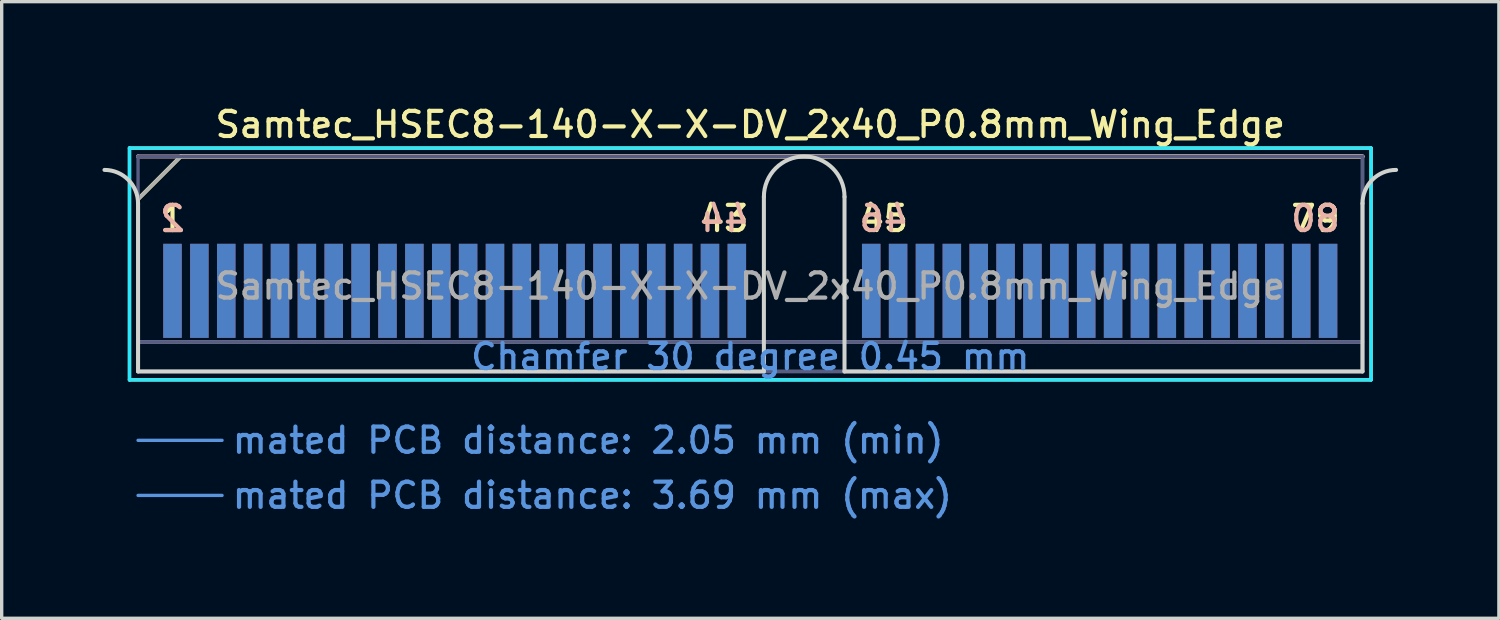
<source format=kicad_pcb>
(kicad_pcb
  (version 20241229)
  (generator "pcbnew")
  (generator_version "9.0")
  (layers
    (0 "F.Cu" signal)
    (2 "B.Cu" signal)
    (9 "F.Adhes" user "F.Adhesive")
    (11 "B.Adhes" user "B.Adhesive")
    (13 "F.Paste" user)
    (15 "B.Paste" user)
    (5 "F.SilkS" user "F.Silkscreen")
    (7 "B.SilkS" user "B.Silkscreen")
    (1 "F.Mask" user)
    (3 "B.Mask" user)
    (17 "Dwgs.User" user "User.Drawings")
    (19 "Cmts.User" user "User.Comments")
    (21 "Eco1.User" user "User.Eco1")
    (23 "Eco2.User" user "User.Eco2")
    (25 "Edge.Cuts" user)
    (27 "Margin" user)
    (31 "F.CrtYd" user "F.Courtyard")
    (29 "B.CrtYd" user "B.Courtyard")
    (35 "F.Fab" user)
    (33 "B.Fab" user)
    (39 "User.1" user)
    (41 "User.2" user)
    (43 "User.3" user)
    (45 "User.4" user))
  (footprint "Samtec_HSEC8-140-X-X-DV_2x40_P0.8mm_Wing_Edge"
    (layer "F.Cu")
    (at 19.285 8.008)
    (property "Reference" "Samtec_HSEC8-140-X-X-DV_2x40_P0.8mm_Wing_Edge" (at 0 -7.35 0) (layer "F.SilkS") (effects (font (size 0.75 0.75) (thickness 0.125))))
    (attr exclude_from_pos_files exclude_from_bom)
    (fp_line (start -18.48 -6.65) (end -18.48 0.25) (stroke (width 0.1) (type solid)) (layer "F.SilkS"))
    (fp_line (start -18.48 0.25) (end 18.48 0.25) (stroke (width 0.1) (type solid)) (layer "F.SilkS"))
    (fp_line (start -18.225 -5.13) (end -16.955 -6.4) (stroke (width 0.12) (type solid)) (layer "F.SilkS"))
    (fp_line (start -16.955 -6.4) (end 18.225 -6.4) (stroke (width 0.12) (type solid)) (layer "F.SilkS"))
    (fp_line (start 18.48 -6.65) (end -18.48 -6.65) (stroke (width 0.1) (type solid)) (layer "F.SilkS"))
    (fp_line (start 18.48 0.25) (end 18.48 -6.65) (stroke (width 0.1) (type solid)) (layer "F.SilkS"))
    (fp_line (start -18.225 -6.4) (end -18.225 -6.4) (stroke (width 0.12) (type solid)) (layer "B.SilkS"))
    (fp_line (start -18.225 -6.4) (end 18.225 -6.4) (stroke (width 0.12) (type solid)) (layer "B.SilkS"))
    (fp_line (start -18.225 2.05) (end -15.725 2.05) (stroke (width 0.1) (type solid)) (layer "Cmts.User"))
    (fp_line (start -18.225 3.69) (end -15.725 3.69) (stroke (width 0.1) (type solid)) (layer "Cmts.User"))
    (fp_line (start -18.225 -5) (end -18.225 0) (stroke (width 0.12) (type solid)) (layer "Edge.Cuts"))
    (fp_line (start -18.225 0) (end 0.405 0) (stroke (width 0.12) (type solid)) (layer "Edge.Cuts"))
    (fp_line (start 0.405 0) (end 0.405 -5.2) (stroke (width 0.12) (type solid)) (layer "Edge.Cuts"))
    (fp_line (start 2.805 -5.2) (end 2.805 0) (stroke (width 0.12) (type solid)) (layer "Edge.Cuts"))
    (fp_line (start 2.805 0) (end 18.225 0) (stroke (width 0.12) (type solid)) (layer "Edge.Cuts"))
    (fp_line (start 18.225 0) (end 18.225 -5) (stroke (width 0.12) (type solid)) (layer "Edge.Cuts"))
    (fp_arc (start -19.225 -6) (mid -18.517893 -5.707107) (end -18.225 -5) (stroke (width 0.12) (type solid)) (layer "Edge.Cuts"))
    (fp_arc (start 0.405 -5.2) (mid 1.605 -6.4) (end 2.805 -5.2) (stroke (width 0.12) (type solid)) (layer "Edge.Cuts"))
    (fp_arc (start 18.225 -5) (mid 18.517893 -5.707107) (end 19.225 -6) (stroke (width 0.12) (type solid)) (layer "Edge.Cuts"))
    (fp_line (start -18.48 -6.65) (end -18.48 0.25) (stroke (width 0.1) (type solid)) (layer "B.CrtYd"))
    (fp_line (start -18.48 0.25) (end 18.48 0.25) (stroke (width 0.1) (type solid)) (layer "B.CrtYd"))
    (fp_line (start 18.48 -6.65) (end -18.48 -6.65) (stroke (width 0.1) (type solid)) (layer "B.CrtYd"))
    (fp_line (start 18.48 0.25) (end 18.48 -6.65) (stroke (width 0.1) (type solid)) (layer "B.CrtYd"))
    (fp_line (start -18.225 -6.4) (end -18.225 -6.4) (stroke (width 0.1) (type solid)) (layer "B.Fab"))
    (fp_line (start -18.225 -6.4) (end -18.225 0) (stroke (width 0.1) (type solid)) (layer "B.Fab"))
    (fp_line (start -18.225 -6.4) (end 18.225 -6.4) (stroke (width 0.1) (type solid)) (layer "B.Fab"))
    (fp_line (start -18.225 -0.88) (end 18.225 -0.88) (stroke (width 0.1) (type solid)) (layer "B.Fab"))
    (fp_line (start -18.225 0) (end 18.225 0) (stroke (width 0.1) (type solid)) (layer "B.Fab"))
    (fp_line (start 18.225 -6.4) (end 18.225 0) (stroke (width 0.1) (type solid)) (layer "B.Fab"))
    (fp_line (start -18.225 -5.13) (end -18.225 0) (stroke (width 0.1) (type solid)) (layer "F.Fab"))
    (fp_line (start -18.225 -5.13) (end -16.955 -6.4) (stroke (width 0.1) (type solid)) (layer "F.Fab"))
    (fp_line (start -18.225 -0.88) (end 18.225 -0.88) (stroke (width 0.1) (type solid)) (layer "F.Fab"))
    (fp_line (start -18.225 0) (end 18.225 0) (stroke (width 0.1) (type solid)) (layer "F.Fab"))
    (fp_line (start -16.955 -6.4) (end 18.225 -6.4) (stroke (width 0.1) (type solid)) (layer "F.Fab"))
    (fp_line (start 18.225 -6.4) (end 18.225 0) (stroke (width 0.1) (type solid)) (layer "F.Fab"))
    (fp_text user "79" (at 16.825 -4.55 0) (layer "F.SilkS") (effects (font (size 0.75 0.75) (thickness 0.125))))
    (fp_text user "45" (at 3.975 -4.55 0) (layer "F.SilkS") (effects (font (size 0.75 0.75) (thickness 0.125))))
    (fp_text user "1" (at -17.2 -4.55 0) (layer "F.SilkS") (effects (font (size 0.75 0.75) (thickness 0.125))))
    (fp_text user "43" (at -0.775 -4.55 0) (layer "F.SilkS") (effects (font (size 0.75 0.75) (thickness 0.125))))
    (fp_text user "46" (at 3.975 -4.55 0) (layer "B.SilkS") (effects (font (size 0.75 0.75) (thickness 0.125)) (justify mirror)))
    (fp_text user "80" (at 16.825 -4.55 0) (layer "B.SilkS") (effects (font (size 0.75 0.75) (thickness 0.125)) (justify mirror)))
    (fp_text user "2" (at -17.2 -4.55 0) (layer "B.SilkS") (effects (font (size 0.75 0.75) (thickness 0.125)) (justify mirror)))
    (fp_text user "44" (at -0.775 -4.55 0) (layer "B.SilkS") (effects (font (size 0.75 0.75) (thickness 0.125)) (justify mirror)))
    (fp_text user "mated PCB distance: 3.69 mm (max)" (at -15.48 3.69 0) (layer "Cmts.User") (effects (font (size 0.75 0.75) (thickness 0.125)) (justify left)))
    (fp_text user "Chamfer 30 degree 0.45 mm" (at 0 -0.44 0) (layer "Cmts.User") (effects (font (size 0.75 0.75) (thickness 0.125))))
    (fp_text user "mated PCB distance: 2.05 mm (min)" (at -15.48 2.05 0) (layer "Cmts.User") (effects (font (size 0.75 0.75) (thickness 0.125)) (justify left)))
    (fp_text user "${REFERENCE}" (at 0 -2.54 0) (layer "F.Fab") (effects (font (size 0.75 0.75) (thickness 0.125))))
    (pad "1" connect rect (at -17.2 -2.4) (size 0.55 2.8) (layers "F.Cu" "F.Mask"))
    (pad "2" connect rect (at -17.2 -2.4) (size 0.55 2.8) (layers "B.Cu" "B.Mask"))
    (pad "3" connect rect (at -16.4 -2.4) (size 0.55 2.8) (layers "F.Cu" "F.Mask"))
    (pad "4" connect rect (at -16.4 -2.4) (size 0.55 2.8) (layers "B.Cu" "B.Mask"))
    (pad "5" connect rect (at -15.6 -2.4) (size 0.55 2.8) (layers "F.Cu" "F.Mask"))
    (pad "6" connect rect (at -15.6 -2.4) (size 0.55 2.8) (layers "B.Cu" "B.Mask"))
    (pad "7" connect rect (at -14.8 -2.4) (size 0.55 2.8) (layers "F.Cu" "F.Mask"))
    (pad "8" connect rect (at -14.8 -2.4) (size 0.55 2.8) (layers "B.Cu" "B.Mask"))
    (pad "9" connect rect (at -14 -2.4) (size 0.55 2.8) (layers "F.Cu" "F.Mask"))
    (pad "10" connect rect (at -14 -2.4) (size 0.55 2.8) (layers "B.Cu" "B.Mask"))
    (pad "11" connect rect (at -13.2 -2.4) (size 0.55 2.8) (layers "F.Cu" "F.Mask"))
    (pad "12" connect rect (at -13.2 -2.4) (size 0.55 2.8) (layers "B.Cu" "B.Mask"))
    (pad "13" connect rect (at -12.4 -2.4) (size 0.55 2.8) (layers "F.Cu" "F.Mask"))
    (pad "14" connect rect (at -12.4 -2.4) (size 0.55 2.8) (layers "B.Cu" "B.Mask"))
    (pad "15" connect rect (at -11.6 -2.4) (size 0.55 2.8) (layers "F.Cu" "F.Mask"))
    (pad "16" connect rect (at -11.6 -2.4) (size 0.55 2.8) (layers "B.Cu" "B.Mask"))
    (pad "17" connect rect (at -10.8 -2.4) (size 0.55 2.8) (layers "F.Cu" "F.Mask"))
    (pad "18" connect rect (at -10.8 -2.4) (size 0.55 2.8) (layers "B.Cu" "B.Mask"))
    (pad "19" connect rect (at -10 -2.4) (size 0.55 2.8) (layers "F.Cu" "F.Mask"))
    (pad "20" connect rect (at -10 -2.4) (size 0.55 2.8) (layers "B.Cu" "B.Mask"))
    (pad "21" connect rect (at -9.2 -2.4) (size 0.55 2.8) (layers "F.Cu" "F.Mask"))
    (pad "22" connect rect (at -9.2 -2.4) (size 0.55 2.8) (layers "B.Cu" "B.Mask"))
    (pad "23" connect rect (at -8.4 -2.4) (size 0.55 2.8) (layers "F.Cu" "F.Mask"))
    (pad "24" connect rect (at -8.4 -2.4) (size 0.55 2.8) (layers "B.Cu" "B.Mask"))
    (pad "25" connect rect (at -7.6 -2.4) (size 0.55 2.8) (layers "F.Cu" "F.Mask"))
    (pad "26" connect rect (at -7.6 -2.4) (size 0.55 2.8) (layers "B.Cu" "B.Mask"))
    (pad "27" connect rect (at -6.8 -2.4) (size 0.55 2.8) (layers "F.Cu" "F.Mask"))
    (pad "28" connect rect (at -6.8 -2.4) (size 0.55 2.8) (layers "B.Cu" "B.Mask"))
    (pad "29" connect rect (at -6 -2.4) (size 0.55 2.8) (layers "F.Cu" "F.Mask"))
    (pad "30" connect rect (at -6 -2.4) (size 0.55 2.8) (layers "B.Cu" "B.Mask"))
    (pad "31" connect rect (at -5.2 -2.4) (size 0.55 2.8) (layers "F.Cu" "F.Mask"))
    (pad "32" connect rect (at -5.2 -2.4) (size 0.55 2.8) (layers "B.Cu" "B.Mask"))
    (pad "33" connect rect (at -4.4 -2.4) (size 0.55 2.8) (layers "F.Cu" "F.Mask"))
    (pad "34" connect rect (at -4.4 -2.4) (size 0.55 2.8) (layers "B.Cu" "B.Mask"))
    (pad "35" connect rect (at -3.6 -2.4) (size 0.55 2.8) (layers "F.Cu" "F.Mask"))
    (pad "36" connect rect (at -3.6 -2.4) (size 0.55 2.8) (layers "B.Cu" "B.Mask"))
    (pad "37" connect rect (at -2.8 -2.4) (size 0.55 2.8) (layers "F.Cu" "F.Mask"))
    (pad "38" connect rect (at -2.8 -2.4) (size 0.55 2.8) (layers "B.Cu" "B.Mask"))
    (pad "39" connect rect (at -2 -2.4) (size 0.55 2.8) (layers "F.Cu" "F.Mask"))
    (pad "40" connect rect (at -2 -2.4) (size 0.55 2.8) (layers "B.Cu" "B.Mask"))
    (pad "41" connect rect (at -1.2 -2.4) (size 0.55 2.8) (layers "F.Cu" "F.Mask"))
    (pad "42" connect rect (at -1.2 -2.4) (size 0.55 2.8) (layers "B.Cu" "B.Mask"))
    (pad "43" connect rect (at -0.4 -2.4) (size 0.55 2.8) (layers "F.Cu" "F.Mask"))
    (pad "44" connect rect (at -0.4 -2.4) (size 0.55 2.8) (layers "B.Cu" "B.Mask"))
    (pad "45" connect rect (at 3.6 -2.4) (size 0.55 2.8) (layers "F.Cu" "F.Mask"))
    (pad "46" connect rect (at 3.6 -2.4) (size 0.55 2.8) (layers "B.Cu" "B.Mask"))
    (pad "47" connect rect (at 4.4 -2.4) (size 0.55 2.8) (layers "F.Cu" "F.Mask"))
    (pad "48" connect rect (at 4.4 -2.4) (size 0.55 2.8) (layers "B.Cu" "B.Mask"))
    (pad "49" connect rect (at 5.2 -2.4) (size 0.55 2.8) (layers "F.Cu" "F.Mask"))
    (pad "50" connect rect (at 5.2 -2.4) (size 0.55 2.8) (layers "B.Cu" "B.Mask"))
    (pad "51" connect rect (at 6 -2.4) (size 0.55 2.8) (layers "F.Cu" "F.Mask"))
    (pad "52" connect rect (at 6 -2.4) (size 0.55 2.8) (layers "B.Cu" "B.Mask"))
    (pad "53" connect rect (at 6.8 -2.4) (size 0.55 2.8) (layers "F.Cu" "F.Mask"))
    (pad "54" connect rect (at 6.8 -2.4) (size 0.55 2.8) (layers "B.Cu" "B.Mask"))
    (pad "55" connect rect (at 7.6 -2.4) (size 0.55 2.8) (layers "F.Cu" "F.Mask"))
    (pad "56" connect rect (at 7.6 -2.4) (size 0.55 2.8) (layers "B.Cu" "B.Mask"))
    (pad "57" connect rect (at 8.4 -2.4) (size 0.55 2.8) (layers "F.Cu" "F.Mask"))
    (pad "58" connect rect (at 8.4 -2.4) (size 0.55 2.8) (layers "B.Cu" "B.Mask"))
    (pad "59" connect rect (at 9.2 -2.4) (size 0.55 2.8) (layers "F.Cu" "F.Mask"))
    (pad "60" connect rect (at 9.2 -2.4) (size 0.55 2.8) (layers "B.Cu" "B.Mask"))
    (pad "61" connect rect (at 10 -2.4) (size 0.55 2.8) (layers "F.Cu" "F.Mask"))
    (pad "62" connect rect (at 10 -2.4) (size 0.55 2.8) (layers "B.Cu" "B.Mask"))
    (pad "63" connect rect (at 10.8 -2.4) (size 0.55 2.8) (layers "F.Cu" "F.Mask"))
    (pad "64" connect rect (at 10.8 -2.4) (size 0.55 2.8) (layers "B.Cu" "B.Mask"))
    (pad "65" connect rect (at 11.6 -2.4) (size 0.55 2.8) (layers "F.Cu" "F.Mask"))
    (pad "66" connect rect (at 11.6 -2.4) (size 0.55 2.8) (layers "B.Cu" "B.Mask"))
    (pad "67" connect rect (at 12.4 -2.4) (size 0.55 2.8) (layers "F.Cu" "F.Mask"))
    (pad "68" connect rect (at 12.4 -2.4) (size 0.55 2.8) (layers "B.Cu" "B.Mask"))
    (pad "69" connect rect (at 13.2 -2.4) (size 0.55 2.8) (layers "F.Cu" "F.Mask"))
    (pad "70" connect rect (at 13.2 -2.4) (size 0.55 2.8) (layers "B.Cu" "B.Mask"))
    (pad "71" connect rect (at 14 -2.4) (size 0.55 2.8) (layers "F.Cu" "F.Mask"))
    (pad "72" connect rect (at 14 -2.4) (size 0.55 2.8) (layers "B.Cu" "B.Mask"))
    (pad "73" connect rect (at 14.8 -2.4) (size 0.55 2.8) (layers "F.Cu" "F.Mask"))
    (pad "74" connect rect (at 14.8 -2.4) (size 0.55 2.8) (layers "B.Cu" "B.Mask"))
    (pad "75" connect rect (at 15.6 -2.4) (size 0.55 2.8) (layers "F.Cu" "F.Mask"))
    (pad "76" connect rect (at 15.6 -2.4) (size 0.55 2.8) (layers "B.Cu" "B.Mask"))
    (pad "77" connect rect (at 16.4 -2.4) (size 0.55 2.8) (layers "F.Cu" "F.Mask"))
    (pad "78" connect rect (at 16.4 -2.4) (size 0.55 2.8) (layers "B.Cu" "B.Mask"))
    (pad "79" connect rect (at 17.2 -2.4) (size 0.55 2.8) (layers "F.Cu" "F.Mask"))
    (pad "80" connect rect (at 17.2 -2.4) (size 0.55 2.8) (layers "B.Cu" "B.Mask")))
  (gr_rect
    (start -3 -3)
    (end 41.57 15.356)
    (stroke (width 0.1) (type default))
    (fill no)
    (layer "Edge.Cuts")))
</source>
